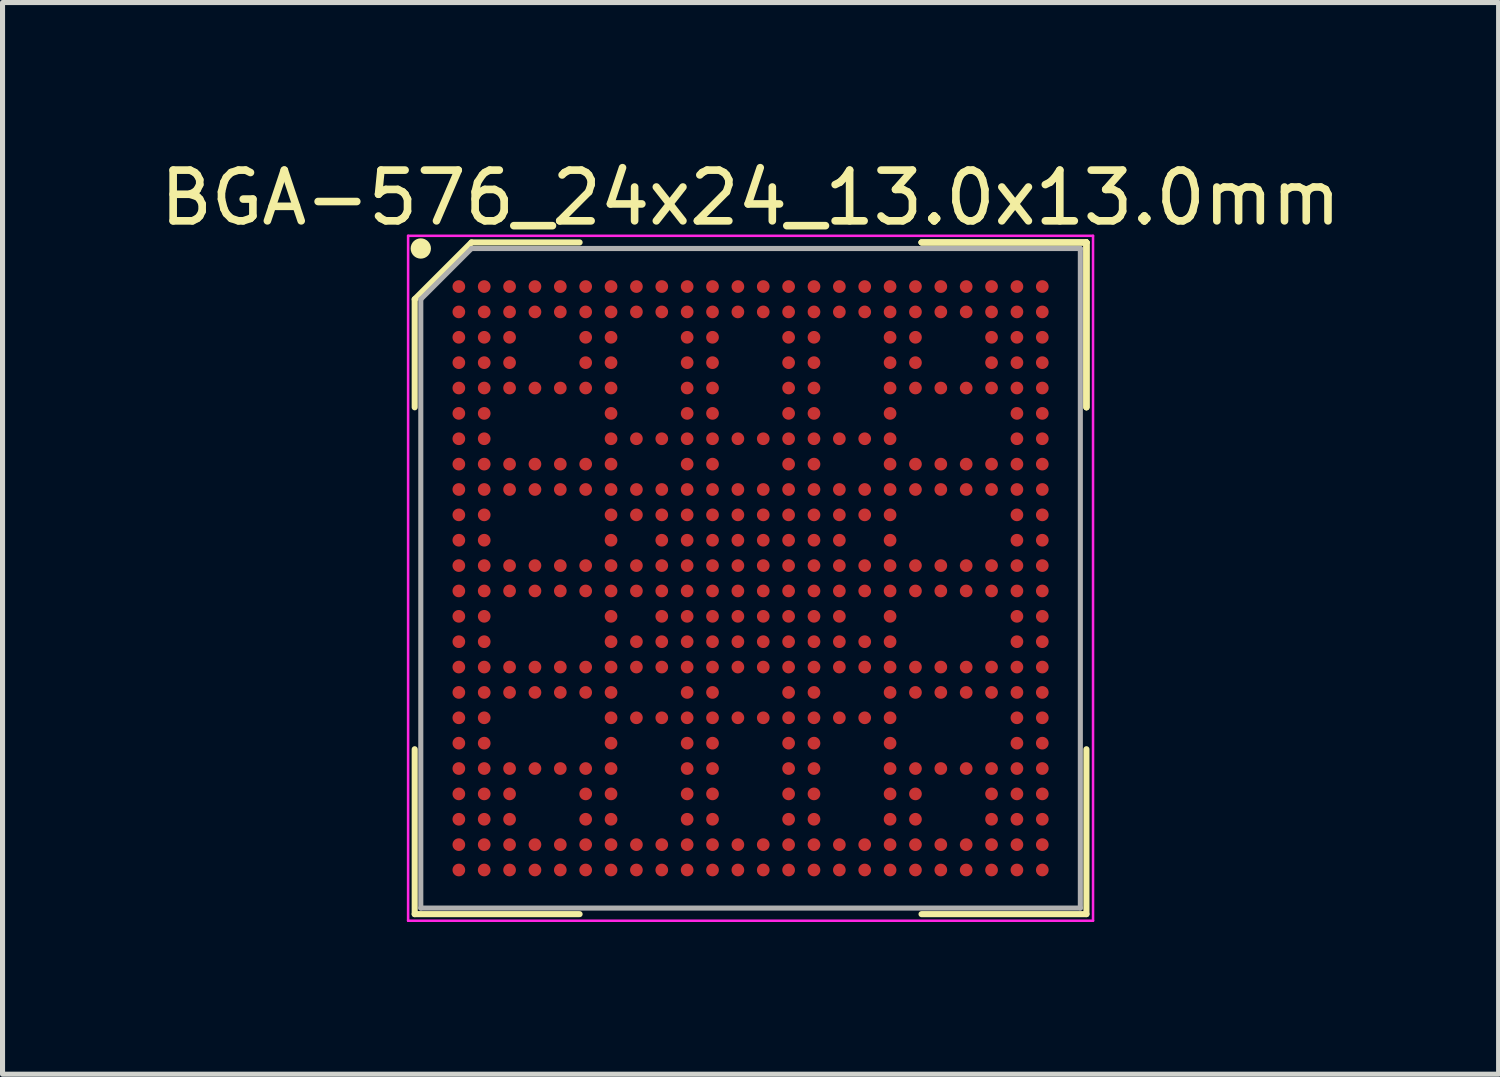
<source format=kicad_pcb>
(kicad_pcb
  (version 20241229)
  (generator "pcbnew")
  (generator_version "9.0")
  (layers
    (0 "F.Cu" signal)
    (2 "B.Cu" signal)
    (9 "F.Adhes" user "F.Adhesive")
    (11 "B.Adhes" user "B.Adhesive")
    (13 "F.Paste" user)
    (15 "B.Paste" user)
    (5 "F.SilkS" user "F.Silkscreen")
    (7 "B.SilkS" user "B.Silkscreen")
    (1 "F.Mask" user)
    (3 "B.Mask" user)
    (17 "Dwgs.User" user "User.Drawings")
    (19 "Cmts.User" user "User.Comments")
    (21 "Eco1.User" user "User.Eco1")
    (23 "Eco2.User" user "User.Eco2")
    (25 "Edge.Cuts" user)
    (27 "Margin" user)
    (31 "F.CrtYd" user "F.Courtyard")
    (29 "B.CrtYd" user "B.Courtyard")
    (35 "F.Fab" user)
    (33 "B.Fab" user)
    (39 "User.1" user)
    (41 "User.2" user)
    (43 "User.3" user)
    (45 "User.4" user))
  (footprint "BGA-576_24x24_13.0x13.0mm"
    (layer "F.Cu")
    (at 11.744 8.348)
    (property "Reference" "BGA-576_24x24_13.0x13.0mm" (at 0 -7.5 0) (layer "F.SilkS") (effects (font (size 1 1) (thickness 0.15))))
    (attr through_hole)
    (fp_line (start -6.62 -5.5) (end -6.62 -3.37) (stroke (width 0.12) (type solid)) (layer "F.SilkS"))
    (fp_line (start -6.62 6.62) (end -6.62 3.37) (stroke (width 0.12) (type solid)) (layer "F.SilkS"))
    (fp_line (start -5.5 -6.62) (end -6.62 -5.5) (stroke (width 0.12) (type solid)) (layer "F.SilkS"))
    (fp_line (start -3.37 -6.62) (end -5.5 -6.62) (stroke (width 0.12) (type solid)) (layer "F.SilkS"))
    (fp_line (start -3.37 6.62) (end -6.62 6.62) (stroke (width 0.12) (type solid)) (layer "F.SilkS"))
    (fp_line (start 3.37 -6.62) (end 6.62 -6.62) (stroke (width 0.12) (type solid)) (layer "F.SilkS"))
    (fp_line (start 3.37 -6.62) (end 6.62 -6.62) (stroke (width 0.12) (type solid)) (layer "F.SilkS"))
    (fp_line (start 3.37 -6.62) (end 6.62 -6.62) (stroke (width 0.12) (type solid)) (layer "F.SilkS"))
    (fp_line (start 3.37 6.62) (end 6.62 6.62) (stroke (width 0.12) (type solid)) (layer "F.SilkS"))
    (fp_line (start 6.62 -6.62) (end 6.62 -3.37) (stroke (width 0.12) (type solid)) (layer "F.SilkS"))
    (fp_line (start 6.62 -6.62) (end 6.62 -3.37) (stroke (width 0.12) (type solid)) (layer "F.SilkS"))
    (fp_line (start 6.62 -6.62) (end 6.62 -3.37) (stroke (width 0.12) (type solid)) (layer "F.SilkS"))
    (fp_line (start 6.62 6.62) (end 6.62 3.37) (stroke (width 0.12) (type solid)) (layer "F.SilkS"))
    (fp_circle (center -6.5 -6.5) (end -6.5 -6.4) (stroke (width 0.2) (type solid)) (fill no) (layer "F.SilkS"))
    (fp_line (start -6.75 -6.75) (end 6.75 -6.75) (stroke (width 0.05) (type solid)) (layer "F.CrtYd"))
    (fp_line (start -6.75 6.75) (end -6.75 -6.75) (stroke (width 0.05) (type solid)) (layer "F.CrtYd"))
    (fp_line (start 6.75 -6.75) (end 6.75 6.75) (stroke (width 0.05) (type solid)) (layer "F.CrtYd"))
    (fp_line (start 6.75 6.75) (end -6.75 6.75) (stroke (width 0.05) (type solid)) (layer "F.CrtYd"))
    (fp_line (start -6.5 -5.5) (end -6.5 6.5) (stroke (width 0.1) (type solid)) (layer "F.Fab"))
    (fp_line (start -6.5 6.5) (end 6.5 6.5) (stroke (width 0.1) (type solid)) (layer "F.Fab"))
    (fp_line (start -5.5 -6.5) (end -6.5 -5.5) (stroke (width 0.1) (type solid)) (layer "F.Fab"))
    (fp_line (start 6.5 -6.5) (end -5.5 -6.5) (stroke (width 0.1) (type solid)) (layer "F.Fab"))
    (fp_line (start 6.5 6.5) (end 6.5 -6.5) (stroke (width 0.1) (type solid)) (layer "F.Fab"))
    (pad "A1" smd circle (at -5.75 -5.75) (size 0.25 0.25) (layers "F.Cu" "F.Mask" "F.Paste"))
    (pad "A2" smd circle (at -5.25 -5.75) (size 0.25 0.25) (layers "F.Cu" "F.Mask" "F.Paste"))
    (pad "A3" smd circle (at -4.75 -5.75) (size 0.25 0.25) (layers "F.Cu" "F.Mask" "F.Paste"))
    (pad "A4" smd circle (at -4.25 -5.75) (size 0.25 0.25) (layers "F.Cu" "F.Mask" "F.Paste"))
    (pad "A5" smd circle (at -3.75 -5.75) (size 0.25 0.25) (layers "F.Cu" "F.Mask" "F.Paste"))
    (pad "A6" smd circle (at -3.25 -5.75) (size 0.25 0.25) (layers "F.Cu" "F.Mask" "F.Paste"))
    (pad "A7" smd circle (at -2.75 -5.75) (size 0.25 0.25) (layers "F.Cu" "F.Mask" "F.Paste"))
    (pad "A8" smd circle (at -2.25 -5.75) (size 0.25 0.25) (layers "F.Cu" "F.Mask" "F.Paste"))
    (pad "A9" smd circle (at -1.75 -5.75) (size 0.25 0.25) (layers "F.Cu" "F.Mask" "F.Paste"))
    (pad "A10" smd circle (at -1.25 -5.75) (size 0.25 0.25) (layers "F.Cu" "F.Mask" "F.Paste"))
    (pad "A11" smd circle (at -0.75 -5.75) (size 0.25 0.25) (layers "F.Cu" "F.Mask" "F.Paste"))
    (pad "A12" smd circle (at -0.25 -5.75) (size 0.25 0.25) (layers "F.Cu" "F.Mask" "F.Paste"))
    (pad "A13" smd circle (at 0.25 -5.75) (size 0.25 0.25) (layers "F.Cu" "F.Mask" "F.Paste"))
    (pad "A14" smd circle (at 0.75 -5.75) (size 0.25 0.25) (layers "F.Cu" "F.Mask" "F.Paste"))
    (pad "A15" smd circle (at 1.25 -5.75) (size 0.25 0.25) (layers "F.Cu" "F.Mask" "F.Paste"))
    (pad "A16" smd circle (at 1.75 -5.75) (size 0.25 0.25) (layers "F.Cu" "F.Mask" "F.Paste"))
    (pad "A17" smd circle (at 2.25 -5.75) (size 0.25 0.25) (layers "F.Cu" "F.Mask" "F.Paste"))
    (pad "A18" smd circle (at 2.75 -5.75) (size 0.25 0.25) (layers "F.Cu" "F.Mask" "F.Paste"))
    (pad "A19" smd circle (at 3.25 -5.75) (size 0.25 0.25) (layers "F.Cu" "F.Mask" "F.Paste"))
    (pad "A20" smd circle (at 3.75 -5.75) (size 0.25 0.25) (layers "F.Cu" "F.Mask" "F.Paste"))
    (pad "A21" smd circle (at 4.25 -5.75) (size 0.25 0.25) (layers "F.Cu" "F.Mask" "F.Paste"))
    (pad "A22" smd circle (at 4.75 -5.75) (size 0.25 0.25) (layers "F.Cu" "F.Mask" "F.Paste"))
    (pad "A23" smd circle (at 5.25 -5.75) (size 0.25 0.25) (layers "F.Cu" "F.Mask" "F.Paste"))
    (pad "A24" smd circle (at 5.75 -5.75) (size 0.25 0.25) (layers "F.Cu" "F.Mask" "F.Paste"))
    (pad "AA1" smd circle (at -5.75 4.25) (size 0.25 0.25) (layers "F.Cu" "F.Mask" "F.Paste"))
    (pad "AA2" smd circle (at -5.25 4.25) (size 0.25 0.25) (layers "F.Cu" "F.Mask" "F.Paste"))
    (pad "AA3" smd circle (at -4.75 4.25) (size 0.25 0.25) (layers "F.Cu" "F.Mask" "F.Paste"))
    (pad "AA6" smd circle (at -3.25 4.25) (size 0.25 0.25) (layers "F.Cu" "F.Mask" "F.Paste"))
    (pad "AA7" smd circle (at -2.75 4.25) (size 0.25 0.25) (layers "F.Cu" "F.Mask" "F.Paste"))
    (pad "AA10" smd circle (at -1.25 4.25) (size 0.25 0.25) (layers "F.Cu" "F.Mask" "F.Paste"))
    (pad "AA11" smd circle (at -0.75 4.25) (size 0.25 0.25) (layers "F.Cu" "F.Mask" "F.Paste"))
    (pad "AA14" smd circle (at 0.75 4.25) (size 0.25 0.25) (layers "F.Cu" "F.Mask" "F.Paste"))
    (pad "AA15" smd circle (at 1.25 4.25) (size 0.25 0.25) (layers "F.Cu" "F.Mask" "F.Paste"))
    (pad "AA18" smd circle (at 2.75 4.25) (size 0.25 0.25) (layers "F.Cu" "F.Mask" "F.Paste"))
    (pad "AA19" smd circle (at 3.25 4.25) (size 0.25 0.25) (layers "F.Cu" "F.Mask" "F.Paste"))
    (pad "AA22" smd circle (at 4.75 4.25) (size 0.25 0.25) (layers "F.Cu" "F.Mask" "F.Paste"))
    (pad "AA23" smd circle (at 5.25 4.25) (size 0.25 0.25) (layers "F.Cu" "F.Mask" "F.Paste"))
    (pad "AA24" smd circle (at 5.75 4.25) (size 0.25 0.25) (layers "F.Cu" "F.Mask" "F.Paste"))
    (pad "AB1" smd circle (at -5.75 4.75) (size 0.25 0.25) (layers "F.Cu" "F.Mask" "F.Paste"))
    (pad "AB2" smd circle (at -5.25 4.75) (size 0.25 0.25) (layers "F.Cu" "F.Mask" "F.Paste"))
    (pad "AB3" smd circle (at -4.75 4.75) (size 0.25 0.25) (layers "F.Cu" "F.Mask" "F.Paste"))
    (pad "AB6" smd circle (at -3.25 4.75) (size 0.25 0.25) (layers "F.Cu" "F.Mask" "F.Paste"))
    (pad "AB7" smd circle (at -2.75 4.75) (size 0.25 0.25) (layers "F.Cu" "F.Mask" "F.Paste"))
    (pad "AB10" smd circle (at -1.25 4.75) (size 0.25 0.25) (layers "F.Cu" "F.Mask" "F.Paste"))
    (pad "AB11" smd circle (at -0.75 4.75) (size 0.25 0.25) (layers "F.Cu" "F.Mask" "F.Paste"))
    (pad "AB14" smd circle (at 0.75 4.75) (size 0.25 0.25) (layers "F.Cu" "F.Mask" "F.Paste"))
    (pad "AB15" smd circle (at 1.25 4.75) (size 0.25 0.25) (layers "F.Cu" "F.Mask" "F.Paste"))
    (pad "AB18" smd circle (at 2.75 4.75) (size 0.25 0.25) (layers "F.Cu" "F.Mask" "F.Paste"))
    (pad "AB19" smd circle (at 3.25 4.75) (size 0.25 0.25) (layers "F.Cu" "F.Mask" "F.Paste"))
    (pad "AB22" smd circle (at 4.75 4.75) (size 0.25 0.25) (layers "F.Cu" "F.Mask" "F.Paste"))
    (pad "AB23" smd circle (at 5.25 4.75) (size 0.25 0.25) (layers "F.Cu" "F.Mask" "F.Paste"))
    (pad "AB24" smd circle (at 5.75 4.75) (size 0.25 0.25) (layers "F.Cu" "F.Mask" "F.Paste"))
    (pad "AC1" smd circle (at -5.75 5.25) (size 0.25 0.25) (layers "F.Cu" "F.Mask" "F.Paste"))
    (pad "AC2" smd circle (at -5.25 5.25) (size 0.25 0.25) (layers "F.Cu" "F.Mask" "F.Paste"))
    (pad "AC3" smd circle (at -4.75 5.25) (size 0.25 0.25) (layers "F.Cu" "F.Mask" "F.Paste"))
    (pad "AC4" smd circle (at -4.25 5.25) (size 0.25 0.25) (layers "F.Cu" "F.Mask" "F.Paste"))
    (pad "AC5" smd circle (at -3.75 5.25) (size 0.25 0.25) (layers "F.Cu" "F.Mask" "F.Paste"))
    (pad "AC6" smd circle (at -3.25 5.25) (size 0.25 0.25) (layers "F.Cu" "F.Mask" "F.Paste"))
    (pad "AC7" smd circle (at -2.75 5.25) (size 0.25 0.25) (layers "F.Cu" "F.Mask" "F.Paste"))
    (pad "AC8" smd circle (at -2.25 5.25) (size 0.25 0.25) (layers "F.Cu" "F.Mask" "F.Paste"))
    (pad "AC9" smd circle (at -1.75 5.25) (size 0.25 0.25) (layers "F.Cu" "F.Mask" "F.Paste"))
    (pad "AC10" smd circle (at -1.25 5.25) (size 0.25 0.25) (layers "F.Cu" "F.Mask" "F.Paste"))
    (pad "AC11" smd circle (at -0.75 5.25) (size 0.25 0.25) (layers "F.Cu" "F.Mask" "F.Paste"))
    (pad "AC12" smd circle (at -0.25 5.25) (size 0.25 0.25) (layers "F.Cu" "F.Mask" "F.Paste"))
    (pad "AC13" smd circle (at 0.25 5.25) (size 0.25 0.25) (layers "F.Cu" "F.Mask" "F.Paste"))
    (pad "AC14" smd circle (at 0.75 5.25) (size 0.25 0.25) (layers "F.Cu" "F.Mask" "F.Paste"))
    (pad "AC15" smd circle (at 1.25 5.25) (size 0.25 0.25) (layers "F.Cu" "F.Mask" "F.Paste"))
    (pad "AC16" smd circle (at 1.75 5.25) (size 0.25 0.25) (layers "F.Cu" "F.Mask" "F.Paste"))
    (pad "AC17" smd circle (at 2.25 5.25) (size 0.25 0.25) (layers "F.Cu" "F.Mask" "F.Paste"))
    (pad "AC18" smd circle (at 2.75 5.25) (size 0.25 0.25) (layers "F.Cu" "F.Mask" "F.Paste"))
    (pad "AC19" smd circle (at 3.25 5.25) (size 0.25 0.25) (layers "F.Cu" "F.Mask" "F.Paste"))
    (pad "AC20" smd circle (at 3.75 5.25) (size 0.25 0.25) (layers "F.Cu" "F.Mask" "F.Paste"))
    (pad "AC21" smd circle (at 4.25 5.25) (size 0.25 0.25) (layers "F.Cu" "F.Mask" "F.Paste"))
    (pad "AC22" smd circle (at 4.75 5.25) (size 0.25 0.25) (layers "F.Cu" "F.Mask" "F.Paste"))
    (pad "AC23" smd circle (at 5.25 5.25) (size 0.25 0.25) (layers "F.Cu" "F.Mask" "F.Paste"))
    (pad "AC24" smd circle (at 5.75 5.25) (size 0.25 0.25) (layers "F.Cu" "F.Mask" "F.Paste"))
    (pad "AD1" smd circle (at -5.75 5.75) (size 0.25 0.25) (layers "F.Cu" "F.Mask" "F.Paste"))
    (pad "AD2" smd circle (at -5.25 5.75) (size 0.25 0.25) (layers "F.Cu" "F.Mask" "F.Paste"))
    (pad "AD3" smd circle (at -4.75 5.75) (size 0.25 0.25) (layers "F.Cu" "F.Mask" "F.Paste"))
    (pad "AD4" smd circle (at -4.25 5.75) (size 0.25 0.25) (layers "F.Cu" "F.Mask" "F.Paste"))
    (pad "AD5" smd circle (at -3.75 5.75) (size 0.25 0.25) (layers "F.Cu" "F.Mask" "F.Paste"))
    (pad "AD6" smd circle (at -3.25 5.75) (size 0.25 0.25) (layers "F.Cu" "F.Mask" "F.Paste"))
    (pad "AD7" smd circle (at -2.75 5.75) (size 0.25 0.25) (layers "F.Cu" "F.Mask" "F.Paste"))
    (pad "AD8" smd circle (at -2.25 5.75) (size 0.25 0.25) (layers "F.Cu" "F.Mask" "F.Paste"))
    (pad "AD9" smd circle (at -1.75 5.75) (size 0.25 0.25) (layers "F.Cu" "F.Mask" "F.Paste"))
    (pad "AD10" smd circle (at -1.25 5.75) (size 0.25 0.25) (layers "F.Cu" "F.Mask" "F.Paste"))
    (pad "AD11" smd circle (at -0.75 5.75) (size 0.25 0.25) (layers "F.Cu" "F.Mask" "F.Paste"))
    (pad "AD12" smd circle (at -0.25 5.75) (size 0.25 0.25) (layers "F.Cu" "F.Mask" "F.Paste"))
    (pad "AD13" smd circle (at 0.25 5.75) (size 0.25 0.25) (layers "F.Cu" "F.Mask" "F.Paste"))
    (pad "AD14" smd circle (at 0.75 5.75) (size 0.25 0.25) (layers "F.Cu" "F.Mask" "F.Paste"))
    (pad "AD15" smd circle (at 1.25 5.75) (size 0.25 0.25) (layers "F.Cu" "F.Mask" "F.Paste"))
    (pad "AD16" smd circle (at 1.75 5.75) (size 0.25 0.25) (layers "F.Cu" "F.Mask" "F.Paste"))
    (pad "AD17" smd circle (at 2.25 5.75) (size 0.25 0.25) (layers "F.Cu" "F.Mask" "F.Paste"))
    (pad "AD18" smd circle (at 2.75 5.75) (size 0.25 0.25) (layers "F.Cu" "F.Mask" "F.Paste"))
    (pad "AD19" smd circle (at 3.25 5.75) (size 0.25 0.25) (layers "F.Cu" "F.Mask" "F.Paste"))
    (pad "AD20" smd circle (at 3.75 5.75) (size 0.25 0.25) (layers "F.Cu" "F.Mask" "F.Paste"))
    (pad "AD21" smd circle (at 4.25 5.75) (size 0.25 0.25) (layers "F.Cu" "F.Mask" "F.Paste"))
    (pad "AD22" smd circle (at 4.75 5.75) (size 0.25 0.25) (layers "F.Cu" "F.Mask" "F.Paste"))
    (pad "AD23" smd circle (at 5.25 5.75) (size 0.25 0.25) (layers "F.Cu" "F.Mask" "F.Paste"))
    (pad "AD24" smd circle (at 5.75 5.75) (size 0.25 0.25) (layers "F.Cu" "F.Mask" "F.Paste"))
    (pad "B1" smd circle (at -5.75 -5.25) (size 0.25 0.25) (layers "F.Cu" "F.Mask" "F.Paste"))
    (pad "B2" smd circle (at -5.25 -5.25) (size 0.25 0.25) (layers "F.Cu" "F.Mask" "F.Paste"))
    (pad "B3" smd circle (at -4.75 -5.25) (size 0.25 0.25) (layers "F.Cu" "F.Mask" "F.Paste"))
    (pad "B4" smd circle (at -4.25 -5.25) (size 0.25 0.25) (layers "F.Cu" "F.Mask" "F.Paste"))
    (pad "B5" smd circle (at -3.75 -5.25) (size 0.25 0.25) (layers "F.Cu" "F.Mask" "F.Paste"))
    (pad "B6" smd circle (at -3.25 -5.25) (size 0.25 0.25) (layers "F.Cu" "F.Mask" "F.Paste"))
    (pad "B7" smd circle (at -2.75 -5.25) (size 0.25 0.25) (layers "F.Cu" "F.Mask" "F.Paste"))
    (pad "B8" smd circle (at -2.25 -5.25) (size 0.25 0.25) (layers "F.Cu" "F.Mask" "F.Paste"))
    (pad "B9" smd circle (at -1.75 -5.25) (size 0.25 0.25) (layers "F.Cu" "F.Mask" "F.Paste"))
    (pad "B10" smd circle (at -1.25 -5.25) (size 0.25 0.25) (layers "F.Cu" "F.Mask" "F.Paste"))
    (pad "B11" smd circle (at -0.75 -5.25) (size 0.25 0.25) (layers "F.Cu" "F.Mask" "F.Paste"))
    (pad "B12" smd circle (at -0.25 -5.25) (size 0.25 0.25) (layers "F.Cu" "F.Mask" "F.Paste"))
    (pad "B13" smd circle (at 0.25 -5.25) (size 0.25 0.25) (layers "F.Cu" "F.Mask" "F.Paste"))
    (pad "B14" smd circle (at 0.75 -5.25) (size 0.25 0.25) (layers "F.Cu" "F.Mask" "F.Paste"))
    (pad "B15" smd circle (at 1.25 -5.25) (size 0.25 0.25) (layers "F.Cu" "F.Mask" "F.Paste"))
    (pad "B16" smd circle (at 1.75 -5.25) (size 0.25 0.25) (layers "F.Cu" "F.Mask" "F.Paste"))
    (pad "B17" smd circle (at 2.25 -5.25) (size 0.25 0.25) (layers "F.Cu" "F.Mask" "F.Paste"))
    (pad "B18" smd circle (at 2.75 -5.25) (size 0.25 0.25) (layers "F.Cu" "F.Mask" "F.Paste"))
    (pad "B19" smd circle (at 3.25 -5.25) (size 0.25 0.25) (layers "F.Cu" "F.Mask" "F.Paste"))
    (pad "B20" smd circle (at 3.75 -5.25) (size 0.25 0.25) (layers "F.Cu" "F.Mask" "F.Paste"))
    (pad "B21" smd circle (at 4.25 -5.25) (size 0.25 0.25) (layers "F.Cu" "F.Mask" "F.Paste"))
    (pad "B22" smd circle (at 4.75 -5.25) (size 0.25 0.25) (layers "F.Cu" "F.Mask" "F.Paste"))
    (pad "B23" smd circle (at 5.25 -5.25) (size 0.25 0.25) (layers "F.Cu" "F.Mask" "F.Paste"))
    (pad "B24" smd circle (at 5.75 -5.25) (size 0.25 0.25) (layers "F.Cu" "F.Mask" "F.Paste"))
    (pad "C1" smd circle (at -5.75 -4.75) (size 0.25 0.25) (layers "F.Cu" "F.Mask" "F.Paste"))
    (pad "C2" smd circle (at -5.25 -4.75) (size 0.25 0.25) (layers "F.Cu" "F.Mask" "F.Paste"))
    (pad "C3" smd circle (at -4.75 -4.75) (size 0.25 0.25) (layers "F.Cu" "F.Mask" "F.Paste"))
    (pad "C6" smd circle (at -3.25 -4.75) (size 0.25 0.25) (layers "F.Cu" "F.Mask" "F.Paste"))
    (pad "C7" smd circle (at -2.75 -4.75) (size 0.25 0.25) (layers "F.Cu" "F.Mask" "F.Paste"))
    (pad "C10" smd circle (at -1.25 -4.75) (size 0.25 0.25) (layers "F.Cu" "F.Mask" "F.Paste"))
    (pad "C11" smd circle (at -0.75 -4.75) (size 0.25 0.25) (layers "F.Cu" "F.Mask" "F.Paste"))
    (pad "C14" smd circle (at 0.75 -4.75) (size 0.25 0.25) (layers "F.Cu" "F.Mask" "F.Paste"))
    (pad "C15" smd circle (at 1.25 -4.75) (size 0.25 0.25) (layers "F.Cu" "F.Mask" "F.Paste"))
    (pad "C18" smd circle (at 2.75 -4.75) (size 0.25 0.25) (layers "F.Cu" "F.Mask" "F.Paste"))
    (pad "C19" smd circle (at 3.25 -4.75) (size 0.25 0.25) (layers "F.Cu" "F.Mask" "F.Paste"))
    (pad "C22" smd circle (at 4.75 -4.75) (size 0.25 0.25) (layers "F.Cu" "F.Mask" "F.Paste"))
    (pad "C23" smd circle (at 5.25 -4.75) (size 0.25 0.25) (layers "F.Cu" "F.Mask" "F.Paste"))
    (pad "C24" smd circle (at 5.75 -4.75) (size 0.25 0.25) (layers "F.Cu" "F.Mask" "F.Paste"))
    (pad "D1" smd circle (at -5.75 -4.25) (size 0.25 0.25) (layers "F.Cu" "F.Mask" "F.Paste"))
    (pad "D2" smd circle (at -5.25 -4.25) (size 0.25 0.25) (layers "F.Cu" "F.Mask" "F.Paste"))
    (pad "D3" smd circle (at -4.75 -4.25) (size 0.25 0.25) (layers "F.Cu" "F.Mask" "F.Paste"))
    (pad "D6" smd circle (at -3.25 -4.25) (size 0.25 0.25) (layers "F.Cu" "F.Mask" "F.Paste"))
    (pad "D7" smd circle (at -2.75 -4.25) (size 0.25 0.25) (layers "F.Cu" "F.Mask" "F.Paste"))
    (pad "D10" smd circle (at -1.25 -4.25) (size 0.25 0.25) (layers "F.Cu" "F.Mask" "F.Paste"))
    (pad "D11" smd circle (at -0.75 -4.25) (size 0.25 0.25) (layers "F.Cu" "F.Mask" "F.Paste"))
    (pad "D14" smd circle (at 0.75 -4.25) (size 0.25 0.25) (layers "F.Cu" "F.Mask" "F.Paste"))
    (pad "D15" smd circle (at 1.25 -4.25) (size 0.25 0.25) (layers "F.Cu" "F.Mask" "F.Paste"))
    (pad "D18" smd circle (at 2.75 -4.25) (size 0.25 0.25) (layers "F.Cu" "F.Mask" "F.Paste"))
    (pad "D19" smd circle (at 3.25 -4.25) (size 0.25 0.25) (layers "F.Cu" "F.Mask" "F.Paste"))
    (pad "D22" smd circle (at 4.75 -4.25) (size 0.25 0.25) (layers "F.Cu" "F.Mask" "F.Paste"))
    (pad "D23" smd circle (at 5.25 -4.25) (size 0.25 0.25) (layers "F.Cu" "F.Mask" "F.Paste"))
    (pad "D24" smd circle (at 5.75 -4.25) (size 0.25 0.25) (layers "F.Cu" "F.Mask" "F.Paste"))
    (pad "E1" smd circle (at -5.75 -3.75) (size 0.25 0.25) (layers "F.Cu" "F.Mask" "F.Paste"))
    (pad "E2" smd circle (at -5.25 -3.75) (size 0.25 0.25) (layers "F.Cu" "F.Mask" "F.Paste"))
    (pad "E3" smd circle (at -4.75 -3.75) (size 0.25 0.25) (layers "F.Cu" "F.Mask" "F.Paste"))
    (pad "E4" smd circle (at -4.25 -3.75) (size 0.25 0.25) (layers "F.Cu" "F.Mask" "F.Paste"))
    (pad "E5" smd circle (at -3.75 -3.75) (size 0.25 0.25) (layers "F.Cu" "F.Mask" "F.Paste"))
    (pad "E6" smd circle (at -3.25 -3.75) (size 0.25 0.25) (layers "F.Cu" "F.Mask" "F.Paste"))
    (pad "E7" smd circle (at -2.75 -3.75) (size 0.25 0.25) (layers "F.Cu" "F.Mask" "F.Paste"))
    (pad "E10" smd circle (at -1.25 -3.75) (size 0.25 0.25) (layers "F.Cu" "F.Mask" "F.Paste"))
    (pad "E11" smd circle (at -0.75 -3.75) (size 0.25 0.25) (layers "F.Cu" "F.Mask" "F.Paste"))
    (pad "E14" smd circle (at 0.75 -3.75) (size 0.25 0.25) (layers "F.Cu" "F.Mask" "F.Paste"))
    (pad "E15" smd circle (at 1.25 -3.75) (size 0.25 0.25) (layers "F.Cu" "F.Mask" "F.Paste"))
    (pad "E18" smd circle (at 2.75 -3.75) (size 0.25 0.25) (layers "F.Cu" "F.Mask" "F.Paste"))
    (pad "E19" smd circle (at 3.25 -3.75) (size 0.25 0.25) (layers "F.Cu" "F.Mask" "F.Paste"))
    (pad "E20" smd circle (at 3.75 -3.75) (size 0.25 0.25) (layers "F.Cu" "F.Mask" "F.Paste"))
    (pad "E21" smd circle (at 4.25 -3.75) (size 0.25 0.25) (layers "F.Cu" "F.Mask" "F.Paste"))
    (pad "E22" smd circle (at 4.75 -3.75) (size 0.25 0.25) (layers "F.Cu" "F.Mask" "F.Paste"))
    (pad "E23" smd circle (at 5.25 -3.75) (size 0.25 0.25) (layers "F.Cu" "F.Mask" "F.Paste"))
    (pad "E24" smd circle (at 5.75 -3.75) (size 0.25 0.25) (layers "F.Cu" "F.Mask" "F.Paste"))
    (pad "F1" smd circle (at -5.75 -3.25) (size 0.25 0.25) (layers "F.Cu" "F.Mask" "F.Paste"))
    (pad "F2" smd circle (at -5.25 -3.25) (size 0.25 0.25) (layers "F.Cu" "F.Mask" "F.Paste"))
    (pad "F7" smd circle (at -2.75 -3.25) (size 0.25 0.25) (layers "F.Cu" "F.Mask" "F.Paste"))
    (pad "F10" smd circle (at -1.25 -3.25) (size 0.25 0.25) (layers "F.Cu" "F.Mask" "F.Paste"))
    (pad "F11" smd circle (at -0.75 -3.25) (size 0.25 0.25) (layers "F.Cu" "F.Mask" "F.Paste"))
    (pad "F14" smd circle (at 0.75 -3.25) (size 0.25 0.25) (layers "F.Cu" "F.Mask" "F.Paste"))
    (pad "F15" smd circle (at 1.25 -3.25) (size 0.25 0.25) (layers "F.Cu" "F.Mask" "F.Paste"))
    (pad "F18" smd circle (at 2.75 -3.25) (size 0.25 0.25) (layers "F.Cu" "F.Mask" "F.Paste"))
    (pad "F23" smd circle (at 5.25 -3.25) (size 0.25 0.25) (layers "F.Cu" "F.Mask" "F.Paste"))
    (pad "F24" smd circle (at 5.75 -3.25) (size 0.25 0.25) (layers "F.Cu" "F.Mask" "F.Paste"))
    (pad "G1" smd circle (at -5.75 -2.75) (size 0.25 0.25) (layers "F.Cu" "F.Mask" "F.Paste"))
    (pad "G2" smd circle (at -5.25 -2.75) (size 0.25 0.25) (layers "F.Cu" "F.Mask" "F.Paste"))
    (pad "G7" smd circle (at -2.75 -2.75) (size 0.25 0.25) (layers "F.Cu" "F.Mask" "F.Paste"))
    (pad "G8" smd circle (at -2.25 -2.75) (size 0.25 0.25) (layers "F.Cu" "F.Mask" "F.Paste"))
    (pad "G9" smd circle (at -1.75 -2.75) (size 0.25 0.25) (layers "F.Cu" "F.Mask" "F.Paste"))
    (pad "G10" smd circle (at -1.25 -2.75) (size 0.25 0.25) (layers "F.Cu" "F.Mask" "F.Paste"))
    (pad "G11" smd circle (at -0.75 -2.75) (size 0.25 0.25) (layers "F.Cu" "F.Mask" "F.Paste"))
    (pad "G12" smd circle (at -0.25 -2.75) (size 0.25 0.25) (layers "F.Cu" "F.Mask" "F.Paste"))
    (pad "G13" smd circle (at 0.25 -2.75) (size 0.25 0.25) (layers "F.Cu" "F.Mask" "F.Paste"))
    (pad "G14" smd circle (at 0.75 -2.75) (size 0.25 0.25) (layers "F.Cu" "F.Mask" "F.Paste"))
    (pad "G15" smd circle (at 1.25 -2.75) (size 0.25 0.25) (layers "F.Cu" "F.Mask" "F.Paste"))
    (pad "G16" smd circle (at 1.75 -2.75) (size 0.25 0.25) (layers "F.Cu" "F.Mask" "F.Paste"))
    (pad "G17" smd circle (at 2.25 -2.75) (size 0.25 0.25) (layers "F.Cu" "F.Mask" "F.Paste"))
    (pad "G18" smd circle (at 2.75 -2.75) (size 0.25 0.25) (layers "F.Cu" "F.Mask" "F.Paste"))
    (pad "G23" smd circle (at 5.25 -2.75) (size 0.25 0.25) (layers "F.Cu" "F.Mask" "F.Paste"))
    (pad "G24" smd circle (at 5.75 -2.75) (size 0.25 0.25) (layers "F.Cu" "F.Mask" "F.Paste"))
    (pad "H1" smd circle (at -5.75 -2.25) (size 0.25 0.25) (layers "F.Cu" "F.Mask" "F.Paste"))
    (pad "H2" smd circle (at -5.25 -2.25) (size 0.25 0.25) (layers "F.Cu" "F.Mask" "F.Paste"))
    (pad "H3" smd circle (at -4.75 -2.25) (size 0.25 0.25) (layers "F.Cu" "F.Mask" "F.Paste"))
    (pad "H4" smd circle (at -4.25 -2.25) (size 0.25 0.25) (layers "F.Cu" "F.Mask" "F.Paste"))
    (pad "H5" smd circle (at -3.75 -2.25) (size 0.25 0.25) (layers "F.Cu" "F.Mask" "F.Paste"))
    (pad "H6" smd circle (at -3.25 -2.25) (size 0.25 0.25) (layers "F.Cu" "F.Mask" "F.Paste"))
    (pad "H7" smd circle (at -2.75 -2.25) (size 0.25 0.25) (layers "F.Cu" "F.Mask" "F.Paste"))
    (pad "H10" smd circle (at -1.25 -2.25) (size 0.25 0.25) (layers "F.Cu" "F.Mask" "F.Paste"))
    (pad "H11" smd circle (at -0.75 -2.25) (size 0.25 0.25) (layers "F.Cu" "F.Mask" "F.Paste"))
    (pad "H14" smd circle (at 0.75 -2.25) (size 0.25 0.25) (layers "F.Cu" "F.Mask" "F.Paste"))
    (pad "H15" smd circle (at 1.25 -2.25) (size 0.25 0.25) (layers "F.Cu" "F.Mask" "F.Paste"))
    (pad "H18" smd circle (at 2.75 -2.25) (size 0.25 0.25) (layers "F.Cu" "F.Mask" "F.Paste"))
    (pad "H19" smd circle (at 3.25 -2.25) (size 0.25 0.25) (layers "F.Cu" "F.Mask" "F.Paste"))
    (pad "H20" smd circle (at 3.75 -2.25) (size 0.25 0.25) (layers "F.Cu" "F.Mask" "F.Paste"))
    (pad "H21" smd circle (at 4.25 -2.25) (size 0.25 0.25) (layers "F.Cu" "F.Mask" "F.Paste"))
    (pad "H22" smd circle (at 4.75 -2.25) (size 0.25 0.25) (layers "F.Cu" "F.Mask" "F.Paste"))
    (pad "H23" smd circle (at 5.25 -2.25) (size 0.25 0.25) (layers "F.Cu" "F.Mask" "F.Paste"))
    (pad "H24" smd circle (at 5.75 -2.25) (size 0.25 0.25) (layers "F.Cu" "F.Mask" "F.Paste"))
    (pad "J1" smd circle (at -5.75 -1.75) (size 0.25 0.25) (layers "F.Cu" "F.Mask" "F.Paste"))
    (pad "J2" smd circle (at -5.25 -1.75) (size 0.25 0.25) (layers "F.Cu" "F.Mask" "F.Paste"))
    (pad "J3" smd circle (at -4.75 -1.75) (size 0.25 0.25) (layers "F.Cu" "F.Mask" "F.Paste"))
    (pad "J4" smd circle (at -4.25 -1.75) (size 0.25 0.25) (layers "F.Cu" "F.Mask" "F.Paste"))
    (pad "J5" smd circle (at -3.75 -1.75) (size 0.25 0.25) (layers "F.Cu" "F.Mask" "F.Paste"))
    (pad "J6" smd circle (at -3.25 -1.75) (size 0.25 0.25) (layers "F.Cu" "F.Mask" "F.Paste"))
    (pad "J7" smd circle (at -2.75 -1.75) (size 0.25 0.25) (layers "F.Cu" "F.Mask" "F.Paste"))
    (pad "J8" smd circle (at -2.25 -1.75) (size 0.25 0.25) (layers "F.Cu" "F.Mask" "F.Paste"))
    (pad "J9" smd circle (at -1.75 -1.75) (size 0.25 0.25) (layers "F.Cu" "F.Mask" "F.Paste"))
    (pad "J10" smd circle (at -1.25 -1.75) (size 0.25 0.25) (layers "F.Cu" "F.Mask" "F.Paste"))
    (pad "J11" smd circle (at -0.75 -1.75) (size 0.25 0.25) (layers "F.Cu" "F.Mask" "F.Paste"))
    (pad "J12" smd circle (at -0.25 -1.75) (size 0.25 0.25) (layers "F.Cu" "F.Mask" "F.Paste"))
    (pad "J13" smd circle (at 0.25 -1.75) (size 0.25 0.25) (layers "F.Cu" "F.Mask" "F.Paste"))
    (pad "J14" smd circle (at 0.75 -1.75) (size 0.25 0.25) (layers "F.Cu" "F.Mask" "F.Paste"))
    (pad "J15" smd circle (at 1.25 -1.75) (size 0.25 0.25) (layers "F.Cu" "F.Mask" "F.Paste"))
    (pad "J16" smd circle (at 1.75 -1.75) (size 0.25 0.25) (layers "F.Cu" "F.Mask" "F.Paste"))
    (pad "J17" smd circle (at 2.25 -1.75) (size 0.25 0.25) (layers "F.Cu" "F.Mask" "F.Paste"))
    (pad "J18" smd circle (at 2.75 -1.75) (size 0.25 0.25) (layers "F.Cu" "F.Mask" "F.Paste"))
    (pad "J19" smd circle (at 3.25 -1.75) (size 0.25 0.25) (layers "F.Cu" "F.Mask" "F.Paste"))
    (pad "J20" smd circle (at 3.75 -1.75) (size 0.25 0.25) (layers "F.Cu" "F.Mask" "F.Paste"))
    (pad "J21" smd circle (at 4.25 -1.75) (size 0.25 0.25) (layers "F.Cu" "F.Mask" "F.Paste"))
    (pad "J22" smd circle (at 4.75 -1.75) (size 0.25 0.25) (layers "F.Cu" "F.Mask" "F.Paste"))
    (pad "J23" smd circle (at 5.25 -1.75) (size 0.25 0.25) (layers "F.Cu" "F.Mask" "F.Paste"))
    (pad "J24" smd circle (at 5.75 -1.75) (size 0.25 0.25) (layers "F.Cu" "F.Mask" "F.Paste"))
    (pad "K1" smd circle (at -5.75 -1.25) (size 0.25 0.25) (layers "F.Cu" "F.Mask" "F.Paste"))
    (pad "K2" smd circle (at -5.25 -1.25) (size 0.25 0.25) (layers "F.Cu" "F.Mask" "F.Paste"))
    (pad "K7" smd circle (at -2.75 -1.25) (size 0.25 0.25) (layers "F.Cu" "F.Mask" "F.Paste"))
    (pad "K8" smd circle (at -2.25 -1.25) (size 0.25 0.25) (layers "F.Cu" "F.Mask" "F.Paste"))
    (pad "K9" smd circle (at -1.75 -1.25) (size 0.25 0.25) (layers "F.Cu" "F.Mask" "F.Paste"))
    (pad "K10" smd circle (at -1.25 -1.25) (size 0.25 0.25) (layers "F.Cu" "F.Mask" "F.Paste"))
    (pad "K11" smd circle (at -0.75 -1.25) (size 0.25 0.25) (layers "F.Cu" "F.Mask" "F.Paste"))
    (pad "K12" smd circle (at -0.25 -1.25) (size 0.25 0.25) (layers "F.Cu" "F.Mask" "F.Paste"))
    (pad "K13" smd circle (at 0.25 -1.25) (size 0.25 0.25) (layers "F.Cu" "F.Mask" "F.Paste"))
    (pad "K14" smd circle (at 0.75 -1.25) (size 0.25 0.25) (layers "F.Cu" "F.Mask" "F.Paste"))
    (pad "K15" smd circle (at 1.25 -1.25) (size 0.25 0.25) (layers "F.Cu" "F.Mask" "F.Paste"))
    (pad "K16" smd circle (at 1.75 -1.25) (size 0.25 0.25) (layers "F.Cu" "F.Mask" "F.Paste"))
    (pad "K17" smd circle (at 2.25 -1.25) (size 0.25 0.25) (layers "F.Cu" "F.Mask" "F.Paste"))
    (pad "K18" smd circle (at 2.75 -1.25) (size 0.25 0.25) (layers "F.Cu" "F.Mask" "F.Paste"))
    (pad "K23" smd circle (at 5.25 -1.25) (size 0.25 0.25) (layers "F.Cu" "F.Mask" "F.Paste"))
    (pad "K24" smd circle (at 5.75 -1.25) (size 0.25 0.25) (layers "F.Cu" "F.Mask" "F.Paste"))
    (pad "L1" smd circle (at -5.75 -0.75) (size 0.25 0.25) (layers "F.Cu" "F.Mask" "F.Paste"))
    (pad "L2" smd circle (at -5.25 -0.75) (size 0.25 0.25) (layers "F.Cu" "F.Mask" "F.Paste"))
    (pad "L7" smd circle (at -2.75 -0.75) (size 0.25 0.25) (layers "F.Cu" "F.Mask" "F.Paste"))
    (pad "L9" smd circle (at -1.75 -0.75) (size 0.25 0.25) (layers "F.Cu" "F.Mask" "F.Paste"))
    (pad "L10" smd circle (at -1.25 -0.75) (size 0.25 0.25) (layers "F.Cu" "F.Mask" "F.Paste"))
    (pad "L11" smd circle (at -0.75 -0.75) (size 0.25 0.25) (layers "F.Cu" "F.Mask" "F.Paste"))
    (pad "L12" smd circle (at -0.25 -0.75) (size 0.25 0.25) (layers "F.Cu" "F.Mask" "F.Paste"))
    (pad "L13" smd circle (at 0.25 -0.75) (size 0.25 0.25) (layers "F.Cu" "F.Mask" "F.Paste"))
    (pad "L14" smd circle (at 0.75 -0.75) (size 0.25 0.25) (layers "F.Cu" "F.Mask" "F.Paste"))
    (pad "L15" smd circle (at 1.25 -0.75) (size 0.25 0.25) (layers "F.Cu" "F.Mask" "F.Paste"))
    (pad "L16" smd circle (at 1.75 -0.75) (size 0.25 0.25) (layers "F.Cu" "F.Mask" "F.Paste"))
    (pad "L18" smd circle (at 2.75 -0.75) (size 0.25 0.25) (layers "F.Cu" "F.Mask" "F.Paste"))
    (pad "L23" smd circle (at 5.25 -0.75) (size 0.25 0.25) (layers "F.Cu" "F.Mask" "F.Paste"))
    (pad "L24" smd circle (at 5.75 -0.75) (size 0.25 0.25) (layers "F.Cu" "F.Mask" "F.Paste"))
    (pad "M1" smd circle (at -5.75 -0.25) (size 0.25 0.25) (layers "F.Cu" "F.Mask" "F.Paste"))
    (pad "M2" smd circle (at -5.25 -0.25) (size 0.25 0.25) (layers "F.Cu" "F.Mask" "F.Paste"))
    (pad "M3" smd circle (at -4.75 -0.25) (size 0.25 0.25) (layers "F.Cu" "F.Mask" "F.Paste"))
    (pad "M4" smd circle (at -4.25 -0.25) (size 0.25 0.25) (layers "F.Cu" "F.Mask" "F.Paste"))
    (pad "M5" smd circle (at -3.75 -0.25) (size 0.25 0.25) (layers "F.Cu" "F.Mask" "F.Paste"))
    (pad "M6" smd circle (at -3.25 -0.25) (size 0.25 0.25) (layers "F.Cu" "F.Mask" "F.Paste"))
    (pad "M7" smd circle (at -2.75 -0.25) (size 0.25 0.25) (layers "F.Cu" "F.Mask" "F.Paste"))
    (pad "M8" smd circle (at -2.25 -0.25) (size 0.25 0.25) (layers "F.Cu" "F.Mask" "F.Paste"))
    (pad "M9" smd circle (at -1.75 -0.25) (size 0.25 0.25) (layers "F.Cu" "F.Mask" "F.Paste"))
    (pad "M10" smd circle (at -1.25 -0.25) (size 0.25 0.25) (layers "F.Cu" "F.Mask" "F.Paste"))
    (pad "M11" smd circle (at -0.75 -0.25) (size 0.25 0.25) (layers "F.Cu" "F.Mask" "F.Paste"))
    (pad "M12" smd circle (at -0.25 -0.25) (size 0.25 0.25) (layers "F.Cu" "F.Mask" "F.Paste"))
    (pad "M13" smd circle (at 0.25 -0.25) (size 0.25 0.25) (layers "F.Cu" "F.Mask" "F.Paste"))
    (pad "M14" smd circle (at 0.75 -0.25) (size 0.25 0.25) (layers "F.Cu" "F.Mask" "F.Paste"))
    (pad "M15" smd circle (at 1.25 -0.25) (size 0.25 0.25) (layers "F.Cu" "F.Mask" "F.Paste"))
    (pad "M16" smd circle (at 1.75 -0.25) (size 0.25 0.25) (layers "F.Cu" "F.Mask" "F.Paste"))
    (pad "M17" smd circle (at 2.25 -0.25) (size 0.25 0.25) (layers "F.Cu" "F.Mask" "F.Paste"))
    (pad "M18" smd circle (at 2.75 -0.25) (size 0.25 0.25) (layers "F.Cu" "F.Mask" "F.Paste"))
    (pad "M19" smd circle (at 3.25 -0.25) (size 0.25 0.25) (layers "F.Cu" "F.Mask" "F.Paste"))
    (pad "M20" smd circle (at 3.75 -0.25) (size 0.25 0.25) (layers "F.Cu" "F.Mask" "F.Paste"))
    (pad "M21" smd circle (at 4.25 -0.25) (size 0.25 0.25) (layers "F.Cu" "F.Mask" "F.Paste"))
    (pad "M22" smd circle (at 4.75 -0.25) (size 0.25 0.25) (layers "F.Cu" "F.Mask" "F.Paste"))
    (pad "M23" smd circle (at 5.25 -0.25) (size 0.25 0.25) (layers "F.Cu" "F.Mask" "F.Paste"))
    (pad "M24" smd circle (at 5.75 -0.25) (size 0.25 0.25) (layers "F.Cu" "F.Mask" "F.Paste"))
    (pad "N1" smd circle (at -5.75 0.25) (size 0.25 0.25) (layers "F.Cu" "F.Mask" "F.Paste"))
    (pad "N2" smd circle (at -5.25 0.25) (size 0.25 0.25) (layers "F.Cu" "F.Mask" "F.Paste"))
    (pad "N3" smd circle (at -4.75 0.25) (size 0.25 0.25) (layers "F.Cu" "F.Mask" "F.Paste"))
    (pad "N4" smd circle (at -4.25 0.25) (size 0.25 0.25) (layers "F.Cu" "F.Mask" "F.Paste"))
    (pad "N5" smd circle (at -3.75 0.25) (size 0.25 0.25) (layers "F.Cu" "F.Mask" "F.Paste"))
    (pad "N6" smd circle (at -3.25 0.25) (size 0.25 0.25) (layers "F.Cu" "F.Mask" "F.Paste"))
    (pad "N7" smd circle (at -2.75 0.25) (size 0.25 0.25) (layers "F.Cu" "F.Mask" "F.Paste"))
    (pad "N8" smd circle (at -2.25 0.25) (size 0.25 0.25) (layers "F.Cu" "F.Mask" "F.Paste"))
    (pad "N9" smd circle (at -1.75 0.25) (size 0.25 0.25) (layers "F.Cu" "F.Mask" "F.Paste"))
    (pad "N10" smd circle (at -1.25 0.25) (size 0.25 0.25) (layers "F.Cu" "F.Mask" "F.Paste"))
    (pad "N11" smd circle (at -0.75 0.25) (size 0.25 0.25) (layers "F.Cu" "F.Mask" "F.Paste"))
    (pad "N12" smd circle (at -0.25 0.25) (size 0.25 0.25) (layers "F.Cu" "F.Mask" "F.Paste"))
    (pad "N13" smd circle (at 0.25 0.25) (size 0.25 0.25) (layers "F.Cu" "F.Mask" "F.Paste"))
    (pad "N14" smd circle (at 0.75 0.25) (size 0.25 0.25) (layers "F.Cu" "F.Mask" "F.Paste"))
    (pad "N15" smd circle (at 1.25 0.25) (size 0.25 0.25) (layers "F.Cu" "F.Mask" "F.Paste"))
    (pad "N16" smd circle (at 1.75 0.25) (size 0.25 0.25) (layers "F.Cu" "F.Mask" "F.Paste"))
    (pad "N17" smd circle (at 2.25 0.25) (size 0.25 0.25) (layers "F.Cu" "F.Mask" "F.Paste"))
    (pad "N18" smd circle (at 2.75 0.25) (size 0.25 0.25) (layers "F.Cu" "F.Mask" "F.Paste"))
    (pad "N19" smd circle (at 3.25 0.25) (size 0.25 0.25) (layers "F.Cu" "F.Mask" "F.Paste"))
    (pad "N20" smd circle (at 3.75 0.25) (size 0.25 0.25) (layers "F.Cu" "F.Mask" "F.Paste"))
    (pad "N21" smd circle (at 4.25 0.25) (size 0.25 0.25) (layers "F.Cu" "F.Mask" "F.Paste"))
    (pad "N22" smd circle (at 4.75 0.25) (size 0.25 0.25) (layers "F.Cu" "F.Mask" "F.Paste"))
    (pad "N23" smd circle (at 5.25 0.25) (size 0.25 0.25) (layers "F.Cu" "F.Mask" "F.Paste"))
    (pad "N24" smd circle (at 5.75 0.25) (size 0.25 0.25) (layers "F.Cu" "F.Mask" "F.Paste"))
    (pad "P1" smd circle (at -5.75 0.75) (size 0.25 0.25) (layers "F.Cu" "F.Mask" "F.Paste"))
    (pad "P2" smd circle (at -5.25 0.75) (size 0.25 0.25) (layers "F.Cu" "F.Mask" "F.Paste"))
    (pad "P7" smd circle (at -2.75 0.75) (size 0.25 0.25) (layers "F.Cu" "F.Mask" "F.Paste"))
    (pad "P9" smd circle (at -1.75 0.75) (size 0.25 0.25) (layers "F.Cu" "F.Mask" "F.Paste"))
    (pad "P10" smd circle (at -1.25 0.75) (size 0.25 0.25) (layers "F.Cu" "F.Mask" "F.Paste"))
    (pad "P11" smd circle (at -0.75 0.75) (size 0.25 0.25) (layers "F.Cu" "F.Mask" "F.Paste"))
    (pad "P12" smd circle (at -0.25 0.75) (size 0.25 0.25) (layers "F.Cu" "F.Mask" "F.Paste"))
    (pad "P13" smd circle (at 0.25 0.75) (size 0.25 0.25) (layers "F.Cu" "F.Mask" "F.Paste"))
    (pad "P14" smd circle (at 0.75 0.75) (size 0.25 0.25) (layers "F.Cu" "F.Mask" "F.Paste"))
    (pad "P15" smd circle (at 1.25 0.75) (size 0.25 0.25) (layers "F.Cu" "F.Mask" "F.Paste"))
    (pad "P16" smd circle (at 1.75 0.75) (size 0.25 0.25) (layers "F.Cu" "F.Mask" "F.Paste"))
    (pad "P18" smd circle (at 2.75 0.75) (size 0.25 0.25) (layers "F.Cu" "F.Mask" "F.Paste"))
    (pad "P23" smd circle (at 5.25 0.75) (size 0.25 0.25) (layers "F.Cu" "F.Mask" "F.Paste"))
    (pad "P24" smd circle (at 5.75 0.75) (size 0.25 0.25) (layers "F.Cu" "F.Mask" "F.Paste"))
    (pad "R1" smd circle (at -5.75 1.25) (size 0.25 0.25) (layers "F.Cu" "F.Mask" "F.Paste"))
    (pad "R2" smd circle (at -5.25 1.25) (size 0.25 0.25) (layers "F.Cu" "F.Mask" "F.Paste"))
    (pad "R7" smd circle (at -2.75 1.25) (size 0.25 0.25) (layers "F.Cu" "F.Mask" "F.Paste"))
    (pad "R8" smd circle (at -2.25 1.25) (size 0.25 0.25) (layers "F.Cu" "F.Mask" "F.Paste"))
    (pad "R9" smd circle (at -1.75 1.25) (size 0.25 0.25) (layers "F.Cu" "F.Mask" "F.Paste"))
    (pad "R10" smd circle (at -1.25 1.25) (size 0.25 0.25) (layers "F.Cu" "F.Mask" "F.Paste"))
    (pad "R11" smd circle (at -0.75 1.25) (size 0.25 0.25) (layers "F.Cu" "F.Mask" "F.Paste"))
    (pad "R12" smd circle (at -0.25 1.25) (size 0.25 0.25) (layers "F.Cu" "F.Mask" "F.Paste"))
    (pad "R13" smd circle (at 0.25 1.25) (size 0.25 0.25) (layers "F.Cu" "F.Mask" "F.Paste"))
    (pad "R14" smd circle (at 0.75 1.25) (size 0.25 0.25) (layers "F.Cu" "F.Mask" "F.Paste"))
    (pad "R15" smd circle (at 1.25 1.25) (size 0.25 0.25) (layers "F.Cu" "F.Mask" "F.Paste"))
    (pad "R16" smd circle (at 1.75 1.25) (size 0.25 0.25) (layers "F.Cu" "F.Mask" "F.Paste"))
    (pad "R17" smd circle (at 2.25 1.25) (size 0.25 0.25) (layers "F.Cu" "F.Mask" "F.Paste"))
    (pad "R18" smd circle (at 2.75 1.25) (size 0.25 0.25) (layers "F.Cu" "F.Mask" "F.Paste"))
    (pad "R23" smd circle (at 5.25 1.25) (size 0.25 0.25) (layers "F.Cu" "F.Mask" "F.Paste"))
    (pad "R24" smd circle (at 5.75 1.25) (size 0.25 0.25) (layers "F.Cu" "F.Mask" "F.Paste"))
    (pad "T1" smd circle (at -5.75 1.75) (size 0.25 0.25) (layers "F.Cu" "F.Mask" "F.Paste"))
    (pad "T2" smd circle (at -5.25 1.75) (size 0.25 0.25) (layers "F.Cu" "F.Mask" "F.Paste"))
    (pad "T3" smd circle (at -4.75 1.75) (size 0.25 0.25) (layers "F.Cu" "F.Mask" "F.Paste"))
    (pad "T4" smd circle (at -4.25 1.75) (size 0.25 0.25) (layers "F.Cu" "F.Mask" "F.Paste"))
    (pad "T5" smd circle (at -3.75 1.75) (size 0.25 0.25) (layers "F.Cu" "F.Mask" "F.Paste"))
    (pad "T6" smd circle (at -3.25 1.75) (size 0.25 0.25) (layers "F.Cu" "F.Mask" "F.Paste"))
    (pad "T7" smd circle (at -2.75 1.75) (size 0.25 0.25) (layers "F.Cu" "F.Mask" "F.Paste"))
    (pad "T8" smd circle (at -2.25 1.75) (size 0.25 0.25) (layers "F.Cu" "F.Mask" "F.Paste"))
    (pad "T9" smd circle (at -1.75 1.75) (size 0.25 0.25) (layers "F.Cu" "F.Mask" "F.Paste"))
    (pad "T10" smd circle (at -1.25 1.75) (size 0.25 0.25) (layers "F.Cu" "F.Mask" "F.Paste"))
    (pad "T11" smd circle (at -0.75 1.75) (size 0.25 0.25) (layers "F.Cu" "F.Mask" "F.Paste"))
    (pad "T12" smd circle (at -0.25 1.75) (size 0.25 0.25) (layers "F.Cu" "F.Mask" "F.Paste"))
    (pad "T13" smd circle (at 0.25 1.75) (size 0.25 0.25) (layers "F.Cu" "F.Mask" "F.Paste"))
    (pad "T14" smd circle (at 0.75 1.75) (size 0.25 0.25) (layers "F.Cu" "F.Mask" "F.Paste"))
    (pad "T15" smd circle (at 1.25 1.75) (size 0.25 0.25) (layers "F.Cu" "F.Mask" "F.Paste"))
    (pad "T16" smd circle (at 1.75 1.75) (size 0.25 0.25) (layers "F.Cu" "F.Mask" "F.Paste"))
    (pad "T17" smd circle (at 2.25 1.75) (size 0.25 0.25) (layers "F.Cu" "F.Mask" "F.Paste"))
    (pad "T18" smd circle (at 2.75 1.75) (size 0.25 0.25) (layers "F.Cu" "F.Mask" "F.Paste"))
    (pad "T19" smd circle (at 3.25 1.75) (size 0.25 0.25) (layers "F.Cu" "F.Mask" "F.Paste"))
    (pad "T20" smd circle (at 3.75 1.75) (size 0.25 0.25) (layers "F.Cu" "F.Mask" "F.Paste"))
    (pad "T21" smd circle (at 4.25 1.75) (size 0.25 0.25) (layers "F.Cu" "F.Mask" "F.Paste"))
    (pad "T22" smd circle (at 4.75 1.75) (size 0.25 0.25) (layers "F.Cu" "F.Mask" "F.Paste"))
    (pad "T23" smd circle (at 5.25 1.75) (size 0.25 0.25) (layers "F.Cu" "F.Mask" "F.Paste"))
    (pad "T24" smd circle (at 5.75 1.75) (size 0.25 0.25) (layers "F.Cu" "F.Mask" "F.Paste"))
    (pad "U1" smd circle (at -5.75 2.25) (size 0.25 0.25) (layers "F.Cu" "F.Mask" "F.Paste"))
    (pad "U2" smd circle (at -5.25 2.25) (size 0.25 0.25) (layers "F.Cu" "F.Mask" "F.Paste"))
    (pad "U3" smd circle (at -4.75 2.25) (size 0.25 0.25) (layers "F.Cu" "F.Mask" "F.Paste"))
    (pad "U4" smd circle (at -4.25 2.25) (size 0.25 0.25) (layers "F.Cu" "F.Mask" "F.Paste"))
    (pad "U5" smd circle (at -3.75 2.25) (size 0.25 0.25) (layers "F.Cu" "F.Mask" "F.Paste"))
    (pad "U6" smd circle (at -3.25 2.25) (size 0.25 0.25) (layers "F.Cu" "F.Mask" "F.Paste"))
    (pad "U7" smd circle (at -2.75 2.25) (size 0.25 0.25) (layers "F.Cu" "F.Mask" "F.Paste"))
    (pad "U10" smd circle (at -1.25 2.25) (size 0.25 0.25) (layers "F.Cu" "F.Mask" "F.Paste"))
    (pad "U11" smd circle (at -0.75 2.25) (size 0.25 0.25) (layers "F.Cu" "F.Mask" "F.Paste"))
    (pad "U14" smd circle (at 0.75 2.25) (size 0.25 0.25) (layers "F.Cu" "F.Mask" "F.Paste"))
    (pad "U15" smd circle (at 1.25 2.25) (size 0.25 0.25) (layers "F.Cu" "F.Mask" "F.Paste"))
    (pad "U18" smd circle (at 2.75 2.25) (size 0.25 0.25) (layers "F.Cu" "F.Mask" "F.Paste"))
    (pad "U19" smd circle (at 3.25 2.25) (size 0.25 0.25) (layers "F.Cu" "F.Mask" "F.Paste"))
    (pad "U20" smd circle (at 3.75 2.25) (size 0.25 0.25) (layers "F.Cu" "F.Mask" "F.Paste"))
    (pad "U21" smd circle (at 4.25 2.25) (size 0.25 0.25) (layers "F.Cu" "F.Mask" "F.Paste"))
    (pad "U22" smd circle (at 4.75 2.25) (size 0.25 0.25) (layers "F.Cu" "F.Mask" "F.Paste"))
    (pad "U23" smd circle (at 5.25 2.25) (size 0.25 0.25) (layers "F.Cu" "F.Mask" "F.Paste"))
    (pad "U24" smd circle (at 5.75 2.25) (size 0.25 0.25) (layers "F.Cu" "F.Mask" "F.Paste"))
    (pad "V1" smd circle (at -5.75 2.75) (size 0.25 0.25) (layers "F.Cu" "F.Mask" "F.Paste"))
    (pad "V2" smd circle (at -5.25 2.75) (size 0.25 0.25) (layers "F.Cu" "F.Mask" "F.Paste"))
    (pad "V7" smd circle (at -2.75 2.75) (size 0.25 0.25) (layers "F.Cu" "F.Mask" "F.Paste"))
    (pad "V8" smd circle (at -2.25 2.75) (size 0.25 0.25) (layers "F.Cu" "F.Mask" "F.Paste"))
    (pad "V9" smd circle (at -1.75 2.75) (size 0.25 0.25) (layers "F.Cu" "F.Mask" "F.Paste"))
    (pad "V10" smd circle (at -1.25 2.75) (size 0.25 0.25) (layers "F.Cu" "F.Mask" "F.Paste"))
    (pad "V11" smd circle (at -0.75 2.75) (size 0.25 0.25) (layers "F.Cu" "F.Mask" "F.Paste"))
    (pad "V12" smd circle (at -0.25 2.75) (size 0.25 0.25) (layers "F.Cu" "F.Mask" "F.Paste"))
    (pad "V13" smd circle (at 0.25 2.75) (size 0.25 0.25) (layers "F.Cu" "F.Mask" "F.Paste"))
    (pad "V14" smd circle (at 0.75 2.75) (size 0.25 0.25) (layers "F.Cu" "F.Mask" "F.Paste"))
    (pad "V15" smd circle (at 1.25 2.75) (size 0.25 0.25) (layers "F.Cu" "F.Mask" "F.Paste"))
    (pad "V16" smd circle (at 1.75 2.75) (size 0.25 0.25) (layers "F.Cu" "F.Mask" "F.Paste"))
    (pad "V17" smd circle (at 2.25 2.75) (size 0.25 0.25) (layers "F.Cu" "F.Mask" "F.Paste"))
    (pad "V18" smd circle (at 2.75 2.75) (size 0.25 0.25) (layers "F.Cu" "F.Mask" "F.Paste"))
    (pad "V23" smd circle (at 5.25 2.75) (size 0.25 0.25) (layers "F.Cu" "F.Mask" "F.Paste"))
    (pad "V24" smd circle (at 5.75 2.75) (size 0.25 0.25) (layers "F.Cu" "F.Mask" "F.Paste"))
    (pad "W1" smd circle (at -5.75 3.25) (size 0.25 0.25) (layers "F.Cu" "F.Mask" "F.Paste"))
    (pad "W2" smd circle (at -5.25 3.25) (size 0.25 0.25) (layers "F.Cu" "F.Mask" "F.Paste"))
    (pad "W7" smd circle (at -2.75 3.25) (size 0.25 0.25) (layers "F.Cu" "F.Mask" "F.Paste"))
    (pad "W10" smd circle (at -1.25 3.25) (size 0.25 0.25) (layers "F.Cu" "F.Mask" "F.Paste"))
    (pad "W11" smd circle (at -0.75 3.25) (size 0.25 0.25) (layers "F.Cu" "F.Mask" "F.Paste"))
    (pad "W14" smd circle (at 0.75 3.25) (size 0.25 0.25) (layers "F.Cu" "F.Mask" "F.Paste"))
    (pad "W15" smd circle (at 1.25 3.25) (size 0.25 0.25) (layers "F.Cu" "F.Mask" "F.Paste"))
    (pad "W18" smd circle (at 2.75 3.25) (size 0.25 0.25) (layers "F.Cu" "F.Mask" "F.Paste"))
    (pad "W23" smd circle (at 5.25 3.25) (size 0.25 0.25) (layers "F.Cu" "F.Mask" "F.Paste"))
    (pad "W24" smd circle (at 5.75 3.25) (size 0.25 0.25) (layers "F.Cu" "F.Mask" "F.Paste"))
    (pad "Y1" smd circle (at -5.75 3.75) (size 0.25 0.25) (layers "F.Cu" "F.Mask" "F.Paste"))
    (pad "Y2" smd circle (at -5.25 3.75) (size 0.25 0.25) (layers "F.Cu" "F.Mask" "F.Paste"))
    (pad "Y3" smd circle (at -4.75 3.75) (size 0.25 0.25) (layers "F.Cu" "F.Mask" "F.Paste"))
    (pad "Y4" smd circle (at -4.25 3.75) (size 0.25 0.25) (layers "F.Cu" "F.Mask" "F.Paste"))
    (pad "Y5" smd circle (at -3.75 3.75) (size 0.25 0.25) (layers "F.Cu" "F.Mask" "F.Paste"))
    (pad "Y6" smd circle (at -3.25 3.75) (size 0.25 0.25) (layers "F.Cu" "F.Mask" "F.Paste"))
    (pad "Y7" smd circle (at -2.75 3.75) (size 0.25 0.25) (layers "F.Cu" "F.Mask" "F.Paste"))
    (pad "Y10" smd circle (at -1.25 3.75) (size 0.25 0.25) (layers "F.Cu" "F.Mask" "F.Paste"))
    (pad "Y11" smd circle (at -0.75 3.75) (size 0.25 0.25) (layers "F.Cu" "F.Mask" "F.Paste"))
    (pad "Y14" smd circle (at 0.75 3.75) (size 0.25 0.25) (layers "F.Cu" "F.Mask" "F.Paste"))
    (pad "Y15" smd circle (at 1.25 3.75) (size 0.25 0.25) (layers "F.Cu" "F.Mask" "F.Paste"))
    (pad "Y18" smd circle (at 2.75 3.75) (size 0.25 0.25) (layers "F.Cu" "F.Mask" "F.Paste"))
    (pad "Y19" smd circle (at 3.25 3.75) (size 0.25 0.25) (layers "F.Cu" "F.Mask" "F.Paste"))
    (pad "Y20" smd circle (at 3.75 3.75) (size 0.25 0.25) (layers "F.Cu" "F.Mask" "F.Paste"))
    (pad "Y21" smd circle (at 4.25 3.75) (size 0.25 0.25) (layers "F.Cu" "F.Mask" "F.Paste"))
    (pad "Y22" smd circle (at 4.75 3.75) (size 0.25 0.25) (layers "F.Cu" "F.Mask" "F.Paste"))
    (pad "Y23" smd circle (at 5.25 3.75) (size 0.25 0.25) (layers "F.Cu" "F.Mask" "F.Paste"))
    (pad "Y24" smd circle (at 5.75 3.75) (size 0.25 0.25) (layers "F.Cu" "F.Mask" "F.Paste")))
  (gr_rect
    (start -3 -3)
    (end 26.488 18.123)
    (stroke (width 0.1) (type default))
    (fill no)
    (layer "Edge.Cuts")))
</source>
